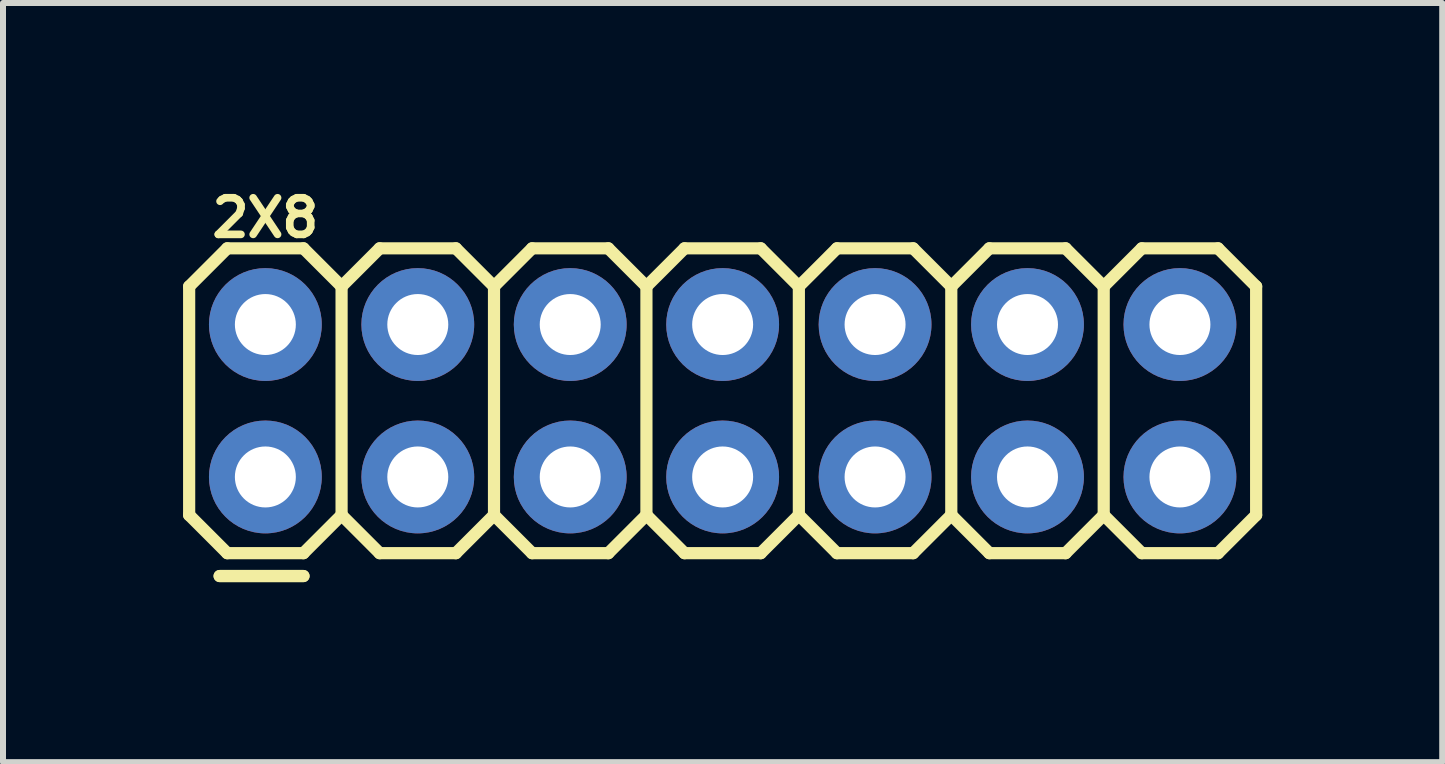
<source format=kicad_pcb>
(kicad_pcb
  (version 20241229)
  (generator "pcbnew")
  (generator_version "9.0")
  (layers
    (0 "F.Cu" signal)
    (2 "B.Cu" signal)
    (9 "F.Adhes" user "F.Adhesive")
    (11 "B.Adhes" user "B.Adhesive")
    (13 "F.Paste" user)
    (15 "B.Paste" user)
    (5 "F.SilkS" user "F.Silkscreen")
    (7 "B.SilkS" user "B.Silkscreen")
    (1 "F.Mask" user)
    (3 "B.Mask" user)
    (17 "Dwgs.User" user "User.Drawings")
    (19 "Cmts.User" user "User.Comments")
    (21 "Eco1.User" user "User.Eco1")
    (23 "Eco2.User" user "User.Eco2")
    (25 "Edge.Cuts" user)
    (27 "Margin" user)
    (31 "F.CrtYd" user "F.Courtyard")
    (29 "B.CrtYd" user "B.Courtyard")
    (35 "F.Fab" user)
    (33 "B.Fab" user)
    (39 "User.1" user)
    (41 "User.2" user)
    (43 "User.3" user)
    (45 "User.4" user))
  (footprint "2X8"
    (layer "F.Cu")
    (at 1.372 4.898)
    (property "Reference" "2X8" (at 0 -4.318 0) (layer "F.SilkS") (effects (font (size 0.61 0.61) (thickness 0.127))))
    (attr exclude_from_pos_files exclude_from_bom)
    (fp_line (start -1.27 -3.175) (end -0.635 -3.81) (stroke (width 0.203) (type solid)) (layer "F.SilkS"))
    (fp_line (start -1.27 0.635) (end -1.27 -3.175) (stroke (width 0.203) (type solid)) (layer "F.SilkS"))
    (fp_line (start -1.27 0.635) (end -0.635 1.27) (stroke (width 0.203) (type solid)) (layer "F.SilkS"))
    (fp_line (start -0.762 1.651) (end 0.635 1.651) (stroke (width 0.203) (type solid)) (layer "F.SilkS"))
    (fp_line (start -0.635 -3.81) (end 0.635 -3.81) (stroke (width 0.203) (type solid)) (layer "F.SilkS"))
    (fp_line (start -0.635 1.27) (end 0.635 1.27) (stroke (width 0.203) (type solid)) (layer "F.SilkS"))
    (fp_line (start 0.635 -3.81) (end 1.27 -3.175) (stroke (width 0.203) (type solid)) (layer "F.SilkS"))
    (fp_line (start 0.635 1.27) (end 1.27 0.635) (stroke (width 0.203) (type solid)) (layer "F.SilkS"))
    (fp_line (start 0.635 1.651) (end -0.762 1.651) (stroke (width 0.203) (type solid)) (layer "F.SilkS"))
    (fp_line (start 1.27 -3.175) (end 1.27 0.635) (stroke (width 0.203) (type solid)) (layer "F.SilkS"))
    (fp_line (start 1.27 -3.175) (end 1.905 -3.81) (stroke (width 0.203) (type solid)) (layer "F.SilkS"))
    (fp_line (start 1.27 0.635) (end 1.905 1.27) (stroke (width 0.203) (type solid)) (layer "F.SilkS"))
    (fp_line (start 1.905 -3.81) (end 3.175 -3.81) (stroke (width 0.203) (type solid)) (layer "F.SilkS"))
    (fp_line (start 1.905 1.27) (end 3.175 1.27) (stroke (width 0.203) (type solid)) (layer "F.SilkS"))
    (fp_line (start 3.175 -3.81) (end 3.81 -3.175) (stroke (width 0.203) (type solid)) (layer "F.SilkS"))
    (fp_line (start 3.175 1.27) (end 3.81 0.635) (stroke (width 0.203) (type solid)) (layer "F.SilkS"))
    (fp_line (start 3.81 -3.175) (end 3.81 0.635) (stroke (width 0.203) (type solid)) (layer "F.SilkS"))
    (fp_line (start 3.81 -3.175) (end 4.445 -3.81) (stroke (width 0.203) (type solid)) (layer "F.SilkS"))
    (fp_line (start 3.81 0.635) (end 4.445 1.27) (stroke (width 0.203) (type solid)) (layer "F.SilkS"))
    (fp_line (start 4.445 -3.81) (end 5.715 -3.81) (stroke (width 0.203) (type solid)) (layer "F.SilkS"))
    (fp_line (start 4.445 1.27) (end 5.715 1.27) (stroke (width 0.203) (type solid)) (layer "F.SilkS"))
    (fp_line (start 5.715 -3.81) (end 6.35 -3.175) (stroke (width 0.203) (type solid)) (layer "F.SilkS"))
    (fp_line (start 5.715 1.27) (end 6.35 0.635) (stroke (width 0.203) (type solid)) (layer "F.SilkS"))
    (fp_line (start 6.35 -3.175) (end 6.35 0.635) (stroke (width 0.203) (type solid)) (layer "F.SilkS"))
    (fp_line (start 6.35 -3.175) (end 6.985 -3.81) (stroke (width 0.203) (type solid)) (layer "F.SilkS"))
    (fp_line (start 6.35 0.635) (end 6.985 1.27) (stroke (width 0.203) (type solid)) (layer "F.SilkS"))
    (fp_line (start 6.985 -3.81) (end 8.255 -3.81) (stroke (width 0.203) (type solid)) (layer "F.SilkS"))
    (fp_line (start 6.985 1.27) (end 8.255 1.27) (stroke (width 0.203) (type solid)) (layer "F.SilkS"))
    (fp_line (start 8.255 -3.81) (end 8.89 -3.175) (stroke (width 0.203) (type solid)) (layer "F.SilkS"))
    (fp_line (start 8.255 1.27) (end 8.89 0.635) (stroke (width 0.203) (type solid)) (layer "F.SilkS"))
    (fp_line (start 8.89 -3.175) (end 8.89 0.635) (stroke (width 0.203) (type solid)) (layer "F.SilkS"))
    (fp_line (start 8.89 -3.175) (end 9.525 -3.81) (stroke (width 0.203) (type solid)) (layer "F.SilkS"))
    (fp_line (start 8.89 0.635) (end 9.525 1.27) (stroke (width 0.203) (type solid)) (layer "F.SilkS"))
    (fp_line (start 9.525 -3.81) (end 10.795 -3.81) (stroke (width 0.203) (type solid)) (layer "F.SilkS"))
    (fp_line (start 9.525 1.27) (end 10.795 1.27) (stroke (width 0.203) (type solid)) (layer "F.SilkS"))
    (fp_line (start 10.795 -3.81) (end 11.43 -3.175) (stroke (width 0.203) (type solid)) (layer "F.SilkS"))
    (fp_line (start 10.795 1.27) (end 11.43 0.635) (stroke (width 0.203) (type solid)) (layer "F.SilkS"))
    (fp_line (start 11.43 -3.175) (end 11.43 0.635) (stroke (width 0.203) (type solid)) (layer "F.SilkS"))
    (fp_line (start 11.43 -3.175) (end 12.065 -3.81) (stroke (width 0.203) (type solid)) (layer "F.SilkS"))
    (fp_line (start 11.43 0.635) (end 12.065 1.27) (stroke (width 0.203) (type solid)) (layer "F.SilkS"))
    (fp_line (start 12.065 -3.81) (end 13.335 -3.81) (stroke (width 0.203) (type solid)) (layer "F.SilkS"))
    (fp_line (start 12.065 1.27) (end 13.335 1.27) (stroke (width 0.203) (type solid)) (layer "F.SilkS"))
    (fp_line (start 13.335 -3.81) (end 13.97 -3.175) (stroke (width 0.203) (type solid)) (layer "F.SilkS"))
    (fp_line (start 13.335 1.27) (end 13.97 0.635) (stroke (width 0.203) (type solid)) (layer "F.SilkS"))
    (fp_line (start 13.97 -3.175) (end 13.97 0.635) (stroke (width 0.203) (type solid)) (layer "F.SilkS"))
    (fp_line (start 13.97 -3.175) (end 14.605 -3.81) (stroke (width 0.203) (type solid)) (layer "F.SilkS"))
    (fp_line (start 13.97 0.635) (end 14.605 1.27) (stroke (width 0.203) (type solid)) (layer "F.SilkS"))
    (fp_line (start 14.605 -3.81) (end 15.875 -3.81) (stroke (width 0.203) (type solid)) (layer "F.SilkS"))
    (fp_line (start 14.605 1.27) (end 15.875 1.27) (stroke (width 0.203) (type solid)) (layer "F.SilkS"))
    (fp_line (start 15.875 -3.81) (end 16.51 -3.175) (stroke (width 0.203) (type solid)) (layer "F.SilkS"))
    (fp_line (start 16.51 -3.175) (end 16.51 0.635) (stroke (width 0.203) (type solid)) (layer "F.SilkS"))
    (fp_line (start 16.51 0.635) (end 15.875 1.27) (stroke (width 0.203) (type solid)) (layer "F.SilkS"))
    (pad "1" thru_hole circle (at 0 0) (size 1.88 1.88) (drill 1.016) (layers "*.Cu" "*.Mask"))
    (pad "2" thru_hole circle (at 0 -2.54) (size 1.88 1.88) (drill 1.016) (layers "*.Cu" "*.Mask"))
    (pad "3" thru_hole circle (at 2.54 0) (size 1.88 1.88) (drill 1.016) (layers "*.Cu" "*.Mask"))
    (pad "4" thru_hole circle (at 2.54 -2.54) (size 1.88 1.88) (drill 1.016) (layers "*.Cu" "*.Mask"))
    (pad "5" thru_hole circle (at 5.08 0) (size 1.88 1.88) (drill 1.016) (layers "*.Cu" "*.Mask"))
    (pad "6" thru_hole circle (at 5.08 -2.54) (size 1.88 1.88) (drill 1.016) (layers "*.Cu" "*.Mask"))
    (pad "7" thru_hole circle (at 7.62 0) (size 1.88 1.88) (drill 1.016) (layers "*.Cu" "*.Mask"))
    (pad "8" thru_hole circle (at 7.62 -2.54) (size 1.88 1.88) (drill 1.016) (layers "*.Cu" "*.Mask"))
    (pad "9" thru_hole circle (at 10.16 0) (size 1.88 1.88) (drill 1.016) (layers "*.Cu" "*.Mask"))
    (pad "10" thru_hole circle (at 10.16 -2.54) (size 1.88 1.88) (drill 1.016) (layers "*.Cu" "*.Mask"))
    (pad "11" thru_hole circle (at 12.7 0) (size 1.88 1.88) (drill 1.016) (layers "*.Cu" "*.Mask"))
    (pad "12" thru_hole circle (at 12.7 -2.54) (size 1.88 1.88) (drill 1.016) (layers "*.Cu" "*.Mask"))
    (pad "13" thru_hole circle (at 15.24 0) (size 1.88 1.88) (drill 1.016) (layers "*.Cu" "*.Mask"))
    (pad "14" thru_hole circle (at 15.24 -2.54) (size 1.88 1.88) (drill 1.016) (layers "*.Cu" "*.Mask")))
  (gr_rect
    (start -3 -3)
    (end 20.983 9.65)
    (stroke (width 0.1) (type default))
    (fill no)
    (layer "Edge.Cuts")))
</source>
